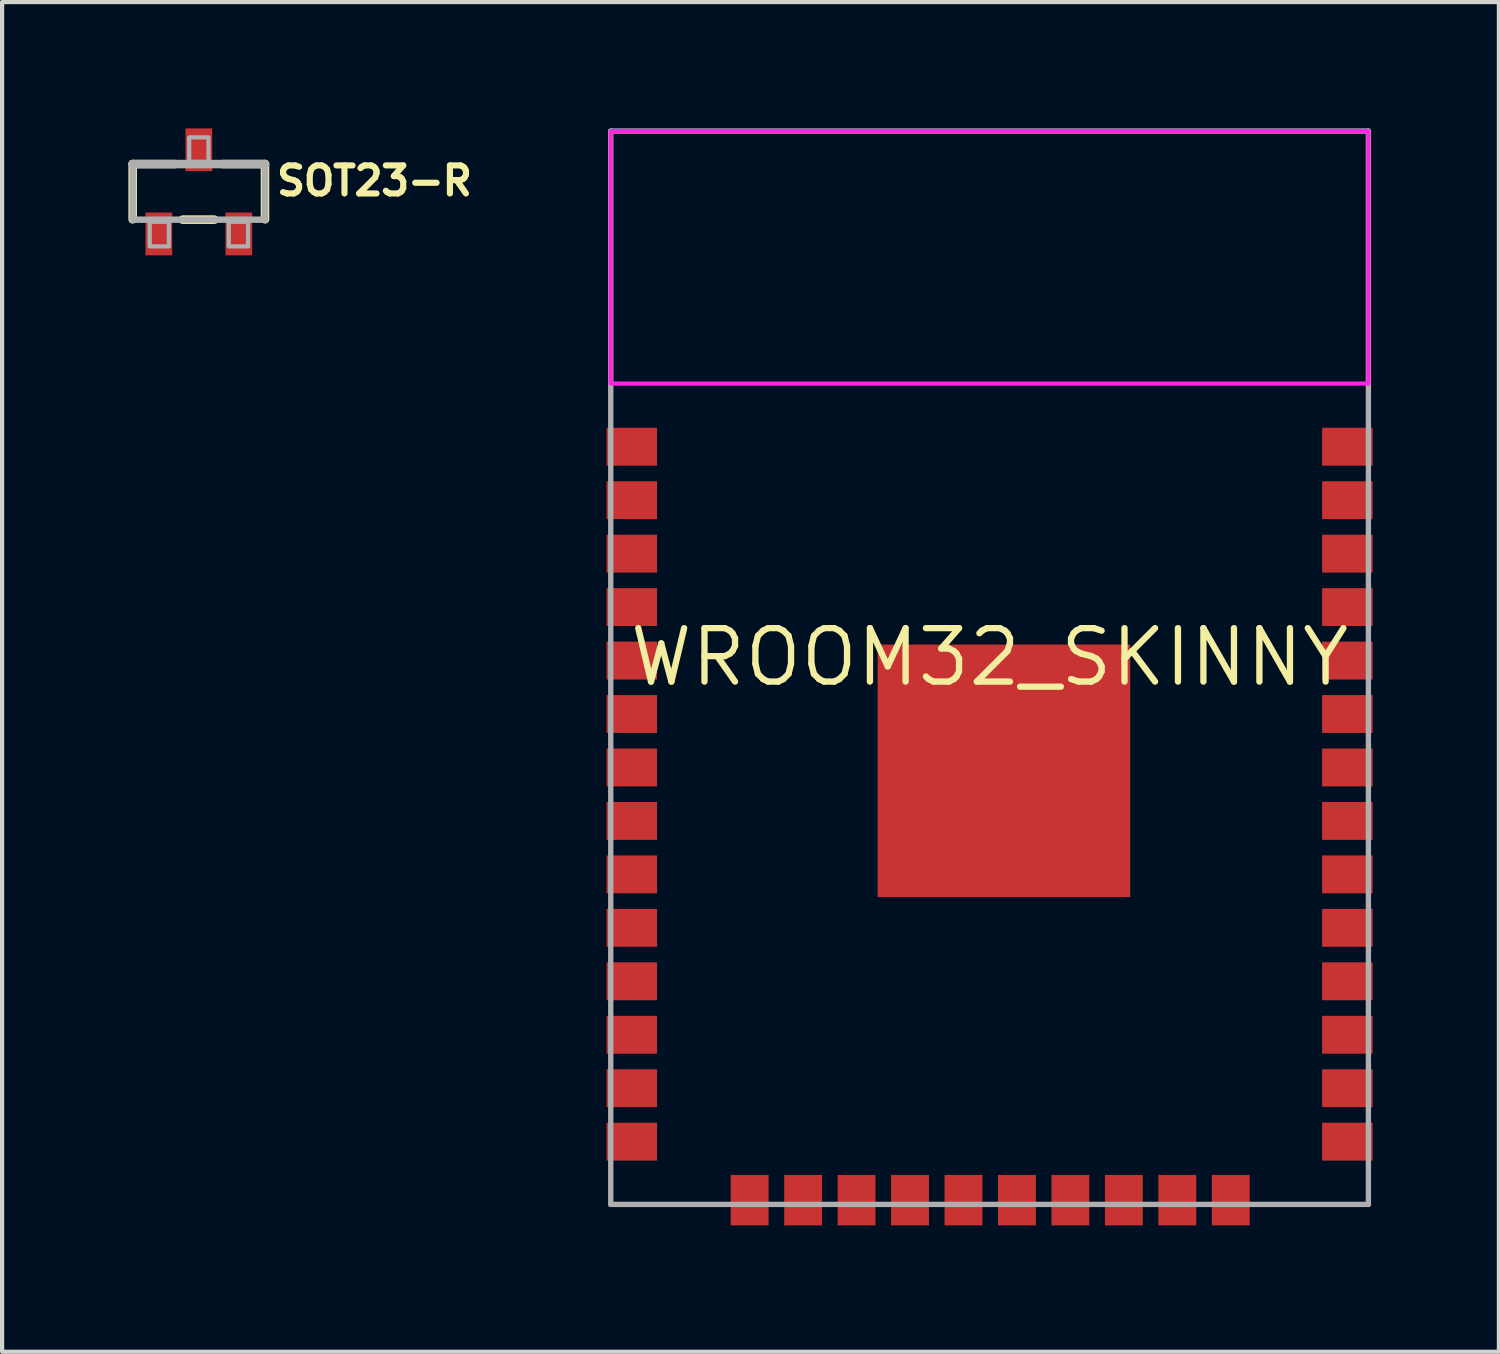
<source format=kicad_pcb>
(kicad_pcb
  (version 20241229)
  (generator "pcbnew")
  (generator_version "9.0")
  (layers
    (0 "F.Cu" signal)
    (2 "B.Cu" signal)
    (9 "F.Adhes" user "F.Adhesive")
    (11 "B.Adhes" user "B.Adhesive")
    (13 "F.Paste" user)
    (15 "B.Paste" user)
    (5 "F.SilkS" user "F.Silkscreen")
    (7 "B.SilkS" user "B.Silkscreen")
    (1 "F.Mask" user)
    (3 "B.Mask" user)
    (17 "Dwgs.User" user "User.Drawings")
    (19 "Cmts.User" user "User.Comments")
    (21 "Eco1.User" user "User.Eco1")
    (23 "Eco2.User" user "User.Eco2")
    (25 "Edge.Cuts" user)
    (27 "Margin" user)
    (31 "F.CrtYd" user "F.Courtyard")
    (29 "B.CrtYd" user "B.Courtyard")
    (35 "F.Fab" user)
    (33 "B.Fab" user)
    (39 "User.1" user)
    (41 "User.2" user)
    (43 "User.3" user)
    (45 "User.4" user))
  (footprint "WROOM32_SKINNY"
    (layer "F.Cu")
    (at 20.46 12.563)
    (property "Reference" "WROOM32_SKINNY" (at 0 0 0) (layer "F.SilkS") (effects (font (size 1.27 1.27) (thickness 0.15))))
    (fp_poly (pts (xy -2.032 2.032) (xy -0.254 2.032) (xy -0.254 0.254) (xy -2.032 0.254)) (stroke (width 0) (type default)) (fill yes) (layer "F.Paste"))
    (fp_poly (pts (xy -2.032 5.08) (xy -0.254 5.08) (xy -0.254 3.302) (xy -2.032 3.302)) (stroke (width 0) (type default)) (fill yes) (layer "F.Paste"))
    (fp_poly (pts (xy 1.016 2.032) (xy 2.794 2.032) (xy 2.794 0.254) (xy 1.016 0.254)) (stroke (width 0) (type default)) (fill yes) (layer "F.Paste"))
    (fp_poly (pts (xy 1.016 5.08) (xy 2.794 5.08) (xy 2.794 3.302) (xy 1.016 3.302)) (stroke (width 0) (type default)) (fill yes) (layer "F.Paste"))
    (fp_poly (pts (xy -9 -6.5) (xy 9 -6.5) (xy 9 -12.5) (xy -9 -12.5)) (stroke (width 0.1) (type default)) (fill no) (layer "F.CrtYd"))
    (fp_line (start -9 -12.5) (end -9 13) (stroke (width 0.127) (type solid)) (layer "F.Fab"))
    (fp_line (start -9 13) (end 9 13) (stroke (width 0.127) (type solid)) (layer "F.Fab"))
    (fp_line (start 9 -12.5) (end -9 -12.5) (stroke (width 0.127) (type solid)) (layer "F.Fab"))
    (fp_line (start 9 13) (end 9 -12.5) (stroke (width 0.127) (type solid)) (layer "F.Fab"))
    (pad "1" smd rect (at -8.5 -5 180) (size 1.2 0.9) (layers "F.Cu" "F.Mask" "F.Paste"))
    (pad "2" smd rect (at -8.5 -3.73 180) (size 1.2 0.9) (layers "F.Cu" "F.Mask" "F.Paste"))
    (pad "3" smd rect (at -8.5 -2.46 180) (size 1.2 0.9) (layers "F.Cu" "F.Mask" "F.Paste"))
    (pad "4" smd rect (at -8.5 -1.19 180) (size 1.2 0.9) (layers "F.Cu" "F.Mask" "F.Paste"))
    (pad "5" smd rect (at -8.5 0.08 180) (size 1.2 0.9) (layers "F.Cu" "F.Mask" "F.Paste"))
    (pad "6" smd rect (at -8.5 1.35 180) (size 1.2 0.9) (layers "F.Cu" "F.Mask" "F.Paste"))
    (pad "7" smd rect (at -8.5 2.62 180) (size 1.2 0.9) (layers "F.Cu" "F.Mask" "F.Paste"))
    (pad "8" smd rect (at -8.5 3.89 180) (size 1.2 0.9) (layers "F.Cu" "F.Mask" "F.Paste"))
    (pad "9" smd rect (at -8.5 5.16 180) (size 1.2 0.9) (layers "F.Cu" "F.Mask" "F.Paste"))
    (pad "10" smd rect (at -8.5 6.43 180) (size 1.2 0.9) (layers "F.Cu" "F.Mask" "F.Paste"))
    (pad "11" smd rect (at -8.5 7.7 180) (size 1.2 0.9) (layers "F.Cu" "F.Mask" "F.Paste"))
    (pad "12" smd rect (at -8.5 8.97 180) (size 1.2 0.9) (layers "F.Cu" "F.Mask" "F.Paste"))
    (pad "13" smd rect (at -8.5 10.24 180) (size 1.2 0.9) (layers "F.Cu" "F.Mask" "F.Paste"))
    (pad "14" smd rect (at -8.5 11.51 180) (size 1.2 0.9) (layers "F.Cu" "F.Mask" "F.Paste"))
    (pad "15" smd rect (at -5.7 12.9 270) (size 1.2 0.9) (layers "F.Cu" "F.Mask" "F.Paste"))
    (pad "16" smd rect (at -4.43 12.9 270) (size 1.2 0.9) (layers "F.Cu" "F.Mask" "F.Paste"))
    (pad "17" smd rect (at -3.16 12.9 270) (size 1.2 0.9) (layers "F.Cu" "F.Mask" "F.Paste"))
    (pad "18" smd rect (at -1.89 12.9 270) (size 1.2 0.9) (layers "F.Cu" "F.Mask" "F.Paste"))
    (pad "19" smd rect (at -0.62 12.9 270) (size 1.2 0.9) (layers "F.Cu" "F.Mask" "F.Paste"))
    (pad "20" smd rect (at 0.65 12.9 270) (size 1.2 0.9) (layers "F.Cu" "F.Mask" "F.Paste"))
    (pad "21" smd rect (at 1.92 12.9 270) (size 1.2 0.9) (layers "F.Cu" "F.Mask" "F.Paste"))
    (pad "22" smd rect (at 3.19 12.9 270) (size 1.2 0.9) (layers "F.Cu" "F.Mask" "F.Paste"))
    (pad "23" smd rect (at 4.46 12.9 270) (size 1.2 0.9) (layers "F.Cu" "F.Mask" "F.Paste"))
    (pad "24" smd rect (at 5.73 12.9 270) (size 1.2 0.9) (layers "F.Cu" "F.Mask" "F.Paste"))
    (pad "25" smd rect (at 8.5 11.51) (size 1.2 0.9) (layers "F.Cu" "F.Mask" "F.Paste"))
    (pad "26" smd rect (at 8.5 10.24) (size 1.2 0.9) (layers "F.Cu" "F.Mask" "F.Paste"))
    (pad "27" smd rect (at 8.5 8.97) (size 1.2 0.9) (layers "F.Cu" "F.Mask" "F.Paste"))
    (pad "28" smd rect (at 8.5 7.7) (size 1.2 0.9) (layers "F.Cu" "F.Mask" "F.Paste"))
    (pad "29" smd rect (at 8.5 6.43) (size 1.2 0.9) (layers "F.Cu" "F.Mask" "F.Paste"))
    (pad "30" smd rect (at 8.5 5.16) (size 1.2 0.9) (layers "F.Cu" "F.Mask" "F.Paste"))
    (pad "31" smd rect (at 8.5 3.89) (size 1.2 0.9) (layers "F.Cu" "F.Mask" "F.Paste"))
    (pad "32" smd rect (at 8.5 2.62) (size 1.2 0.9) (layers "F.Cu" "F.Mask" "F.Paste"))
    (pad "33" smd rect (at 8.5 1.35) (size 1.2 0.9) (layers "F.Cu" "F.Mask" "F.Paste"))
    (pad "34" smd rect (at 8.5 0.08) (size 1.2 0.9) (layers "F.Cu" "F.Mask" "F.Paste"))
    (pad "35" smd rect (at 8.5 -1.19) (size 1.2 0.9) (layers "F.Cu" "F.Mask" "F.Paste"))
    (pad "36" smd rect (at 8.5 -2.46) (size 1.2 0.9) (layers "F.Cu" "F.Mask" "F.Paste"))
    (pad "37" smd rect (at 8.5 -3.73) (size 1.2 0.9) (layers "F.Cu" "F.Mask" "F.Paste"))
    (pad "38" smd rect (at 8.5 -5) (size 1.2 0.9) (layers "F.Cu" "F.Mask" "F.Paste"))
    (pad "P$1" smd rect (at 0.34 2.7) (size 6 6) (layers "F.Cu" "F.Mask")))
  (footprint "SOT23-R"
    (layer "F.Cu")
    (at 1.674 1.508)
    (property "Reference" "SOT23-R" (at 1.778 0.127 0) (layer "F.SilkS") (effects (font (size 0.666 0.666) (thickness 0.146)) (justify left bottom)))
    (fp_line (start -1.572 -0.66) (end -0.564 -0.66) (stroke (width 0.203) (type solid)) (layer "F.SilkS"))
    (fp_line (start -1.572 0.652) (end -1.572 -0.66) (stroke (width 0.203) (type solid)) (layer "F.SilkS"))
    (fp_line (start 0.372 0.66) (end -0.386 0.66) (stroke (width 0.203) (type solid)) (layer "F.SilkS"))
    (fp_line (start 0.564 -0.66) (end 1.572 -0.66) (stroke (width 0.203) (type solid)) (layer "F.SilkS"))
    (fp_line (start 1.572 -0.66) (end 1.572 0.652) (stroke (width 0.203) (type solid)) (layer "F.SilkS"))
    (fp_line (start -1.572 -0.66) (end 1.572 -0.66) (stroke (width 0.203) (type solid)) (layer "F.Fab"))
    (fp_line (start -1.572 0.66) (end -1.572 -0.66) (stroke (width 0.152) (type solid)) (layer "F.Fab"))
    (fp_line (start 1.572 -0.66) (end 1.572 0.66) (stroke (width 0.152) (type solid)) (layer "F.Fab"))
    (fp_line (start 1.572 0.66) (end -1.572 0.66) (stroke (width 0.152) (type solid)) (layer "F.Fab"))
    (fp_poly (pts (xy -1.168 1.295) (xy -0.711 1.295) (xy -0.711 0.711) (xy -1.168 0.711)) (stroke (width 0.1) (type default)) (fill no) (layer "F.Fab"))
    (fp_poly (pts (xy -0.229 -0.711) (xy 0.229 -0.711) (xy 0.229 -1.295) (xy -0.229 -1.295)) (stroke (width 0.1) (type default)) (fill no) (layer "F.Fab"))
    (fp_poly (pts (xy 0.711 1.295) (xy 1.168 1.295) (xy 1.168 0.711) (xy 0.711 0.711)) (stroke (width 0.1) (type default)) (fill no) (layer "F.Fab"))
    (pad "1" smd rect (at -0.95 1) (size 0.635 1.016) (layers "F.Cu" "F.Mask" "F.Paste"))
    (pad "2" smd rect (at 0.95 1) (size 0.635 1.016) (layers "F.Cu" "F.Mask" "F.Paste"))
    (pad "3" smd rect (at 0 -1) (size 0.635 1.016) (layers "F.Cu" "F.Mask" "F.Paste")))
  (gr_rect
    (start -3 -3)
    (end 32.56 29.064)
    (stroke (width 0.1) (type default))
    (fill no)
    (layer "Edge.Cuts")))
</source>
